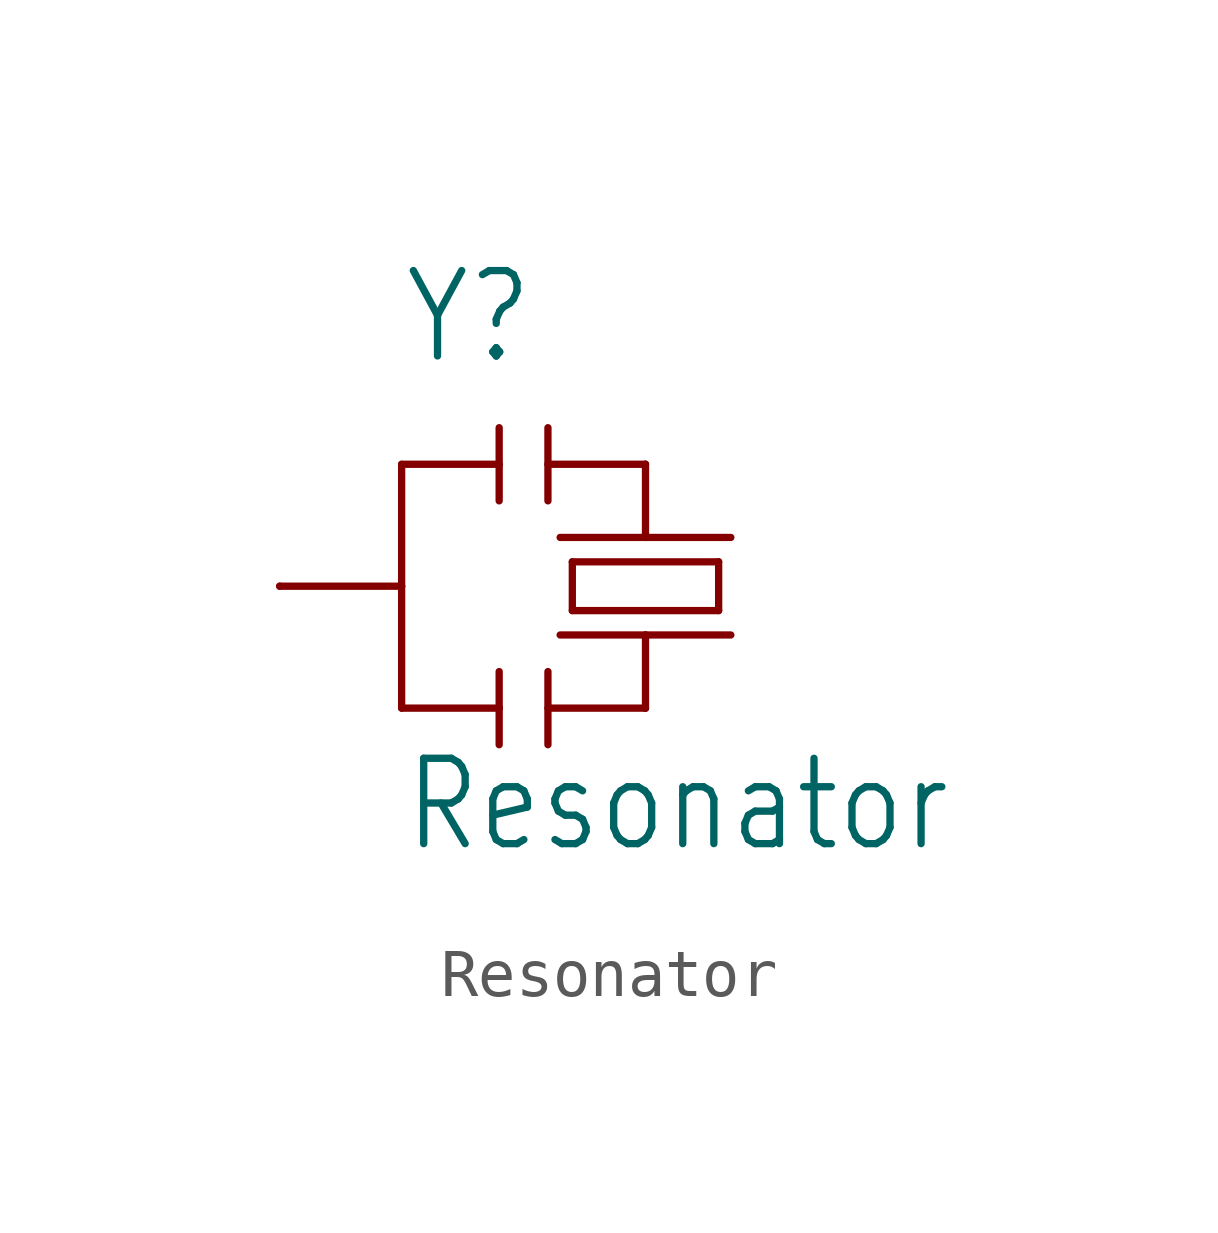
<source format=kicad_sym>
(kicad_symbol_lib
  (version 20211014)
  (generator kicad_symbol_editor)
  (symbol "Resonator"
    (property "Reference" "Y"
      (at -5.08 4.572 0)
      (effects (font (size 1.778 1.511)) (justify left bottom)))
    (property "Value" "Resonator"
      (at -5.08 -5.588 0)
      (effects (font (size 1.778 1.511)) (justify left bottom)))
    (symbol "Resonator_1_0"
      (polyline (pts (xy -5.08 -2.54) (xy -3.048 -2.54)) (stroke (width 0.152) (type default) (color 0 0 0 0)) (fill (type none)))
      (polyline (pts (xy -5.08 0) (xy -7.62 0)) (stroke (width 0.152) (type default) (color 0 0 0 0)) (fill (type none)))
      (polyline (pts (xy -5.08 0) (xy -5.08 -2.54)) (stroke (width 0.152) (type default) (color 0 0 0 0)) (fill (type none)))
      (polyline (pts (xy -5.08 2.54) (xy -5.08 0)) (stroke (width 0.152) (type default) (color 0 0 0 0)) (fill (type none)))
      (polyline (pts (xy -3.048 -2.54) (xy -3.048 -3.302)) (stroke (width 0.152) (type default) (color 0 0 0 0)) (fill (type none)))
      (polyline (pts (xy -3.048 -1.778) (xy -3.048 -2.54)) (stroke (width 0.152) (type default) (color 0 0 0 0)) (fill (type none)))
      (polyline (pts (xy -3.048 2.54) (xy -5.08 2.54)) (stroke (width 0.152) (type default) (color 0 0 0 0)) (fill (type none)))
      (polyline (pts (xy -3.048 2.54) (xy -3.048 1.778)) (stroke (width 0.152) (type default) (color 0 0 0 0)) (fill (type none)))
      (polyline (pts (xy -3.048 3.302) (xy -3.048 2.54)) (stroke (width 0.152) (type default) (color 0 0 0 0)) (fill (type none)))
      (polyline (pts (xy -2.032 -1.778) (xy -2.032 -3.302)) (stroke (width 0.152) (type default) (color 0 0 0 0)) (fill (type none)))
      (polyline (pts (xy -2.032 3.302) (xy -2.032 1.778)) (stroke (width 0.152) (type default) (color 0 0 0 0)) (fill (type none)))
      (polyline (pts (xy -1.778 -1.016) (xy 0 -1.016)) (stroke (width 0.152) (type default) (color 0 0 0 0)) (fill (type none)))
      (polyline (pts (xy -1.778 1.016) (xy 0 1.016)) (stroke (width 0.152) (type default) (color 0 0 0 0)) (fill (type none)))
      (polyline (pts (xy -1.524 -0.508) (xy 1.524 -0.508)) (stroke (width 0.152) (type default) (color 0 0 0 0)) (fill (type none)))
      (polyline (pts (xy -1.524 0.508) (xy -1.524 -0.508)) (stroke (width 0.152) (type default) (color 0 0 0 0)) (fill (type none)))
      (polyline (pts (xy 0 -2.54) (xy -2.032 -2.54)) (stroke (width 0.152) (type default) (color 0 0 0 0)) (fill (type none)))
      (polyline (pts (xy 0 -1.016) (xy 0 -2.54)) (stroke (width 0.152) (type default) (color 0 0 0 0)) (fill (type none)))
      (polyline (pts (xy 0 -1.016) (xy 1.778 -1.016)) (stroke (width 0.152) (type default) (color 0 0 0 0)) (fill (type none)))
      (polyline (pts (xy 0 1.016) (xy 0 2.54)) (stroke (width 0.152) (type default) (color 0 0 0 0)) (fill (type none)))
      (polyline (pts (xy 0 1.016) (xy 1.778 1.016)) (stroke (width 0.152) (type default) (color 0 0 0 0)) (fill (type none)))
      (polyline (pts (xy 0 2.54) (xy -2.032 2.54)) (stroke (width 0.152) (type default) (color 0 0 0 0)) (fill (type none)))
      (polyline (pts (xy 1.524 -0.508) (xy 1.524 0.508)) (stroke (width 0.152) (type default) (color 0 0 0 0)) (fill (type none)))
      (polyline (pts (xy 1.524 0.508) (xy -1.524 0.508)) (stroke (width 0.152) (type default) (color 0 0 0 0)) (fill (type none)))
      (pin passive line (at 0 2.54 180) (length 0) (name "1" (effects (font (size 0 0)))) (number "1" (effects (font (size 0 0)))))
      (pin passive line (at -7.62 0 0) (length 0) (name "2" (effects (font (size 0 0)))) (number "2" (effects (font (size 0 0)))))
      (pin passive line (at 0 -2.54 180) (length 0) (name "3" (effects (font (size 0 0)))) (number "3" (effects (font (size 0 0))))))))
</source>
